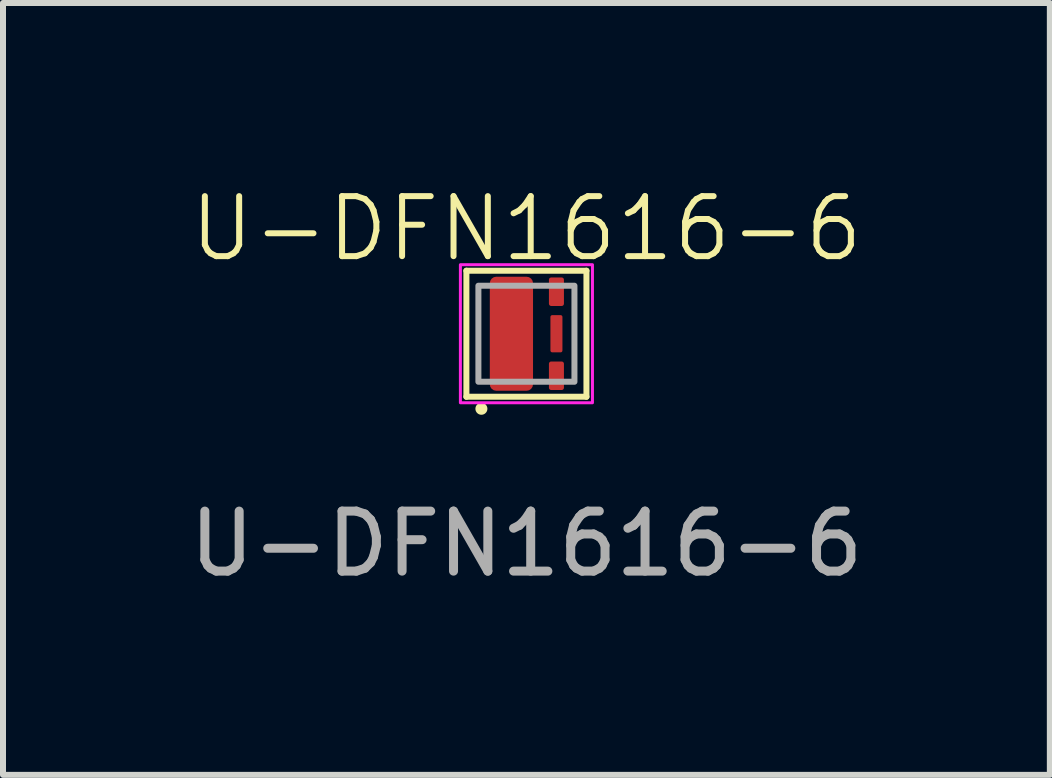
<source format=kicad_pcb>
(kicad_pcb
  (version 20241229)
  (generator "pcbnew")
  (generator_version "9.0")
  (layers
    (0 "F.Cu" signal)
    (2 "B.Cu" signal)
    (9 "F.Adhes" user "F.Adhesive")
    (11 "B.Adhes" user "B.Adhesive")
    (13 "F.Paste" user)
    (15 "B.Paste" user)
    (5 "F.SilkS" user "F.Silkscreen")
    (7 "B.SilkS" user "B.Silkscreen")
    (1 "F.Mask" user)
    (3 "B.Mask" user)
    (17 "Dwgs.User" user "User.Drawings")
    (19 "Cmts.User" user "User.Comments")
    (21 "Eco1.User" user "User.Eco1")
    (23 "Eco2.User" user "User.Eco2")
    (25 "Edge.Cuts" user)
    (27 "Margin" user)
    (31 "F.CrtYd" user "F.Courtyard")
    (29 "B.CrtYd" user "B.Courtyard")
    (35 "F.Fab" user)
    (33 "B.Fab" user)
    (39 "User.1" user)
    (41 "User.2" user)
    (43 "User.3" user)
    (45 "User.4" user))
  (footprint "U-DFN1616-6"
    (layer "F.Cu")
    (at 5.72 2.51)
    (property "Reference" "U-DFN1616-6" (at 0 -1.75 0) (unlocked yes) (layer "F.SilkS") (effects (font (size 1 1) (thickness 0.1))))
    (attr smd)
    (fp_line (start -1 1.05) (end -1 -1.05) (stroke (width 0.1) (type default)) (layer "F.SilkS"))
    (fp_line (start -1 1.05) (end 1 1.05) (stroke (width 0.1) (type default)) (layer "F.SilkS"))
    (fp_line (start 1 -1.05) (end -1 -1.05) (stroke (width 0.1) (type default)) (layer "F.SilkS"))
    (fp_line (start 1 1.05) (end 1 -1.05) (stroke (width 0.1) (type default)) (layer "F.SilkS"))
    (fp_circle (center -0.75 1.25) (end -0.75 1.2) (stroke (width 0.1) (type solid)) (fill yes) (layer "F.SilkS"))
    (fp_rect (start -1.1 -1.15) (end 1.1 1.15) (stroke (width 0.05) (type default)) (fill no) (layer "F.CrtYd"))
    (fp_rect (start -0.8 -0.8) (end 0.8 0.8) (stroke (width 0.1) (type default)) (fill no) (layer "F.Fab"))
    (fp_text user "${REFERENCE}" (at 0 3.5 0) (unlocked yes) (layer "F.Fab") (effects (font (size 1 1) (thickness 0.15))))
    (pad "1" smd roundrect (at -0.25 0 180) (size 0.72 1.9) (layers "F.Cu" "F.Mask" "F.Paste") (roundrect_rratio 0.15))
    (pad "2" smd roundrect (at 0.5 0.7 180) (size 0.25 0.475) (layers "F.Cu" "F.Mask" "F.Paste") (roundrect_rratio 0.15))
    (pad "3" smd roundrect (at 0.5 -0.7 180) (size 0.25 0.475) (layers "F.Cu" "F.Mask" "F.Paste") (roundrect_rratio 0.15))
    (pad "3" smd roundrect (at 0.5 0 90) (size 0.62 0.2) (layers "F.Cu" "F.Mask" "F.Paste") (roundrect_rratio 0.15)))
  (gr_rect
    (start -3 -3)
    (end 14.44 9.859)
    (stroke (width 0.1) (type default))
    (fill no)
    (layer "Edge.Cuts")))
</source>
